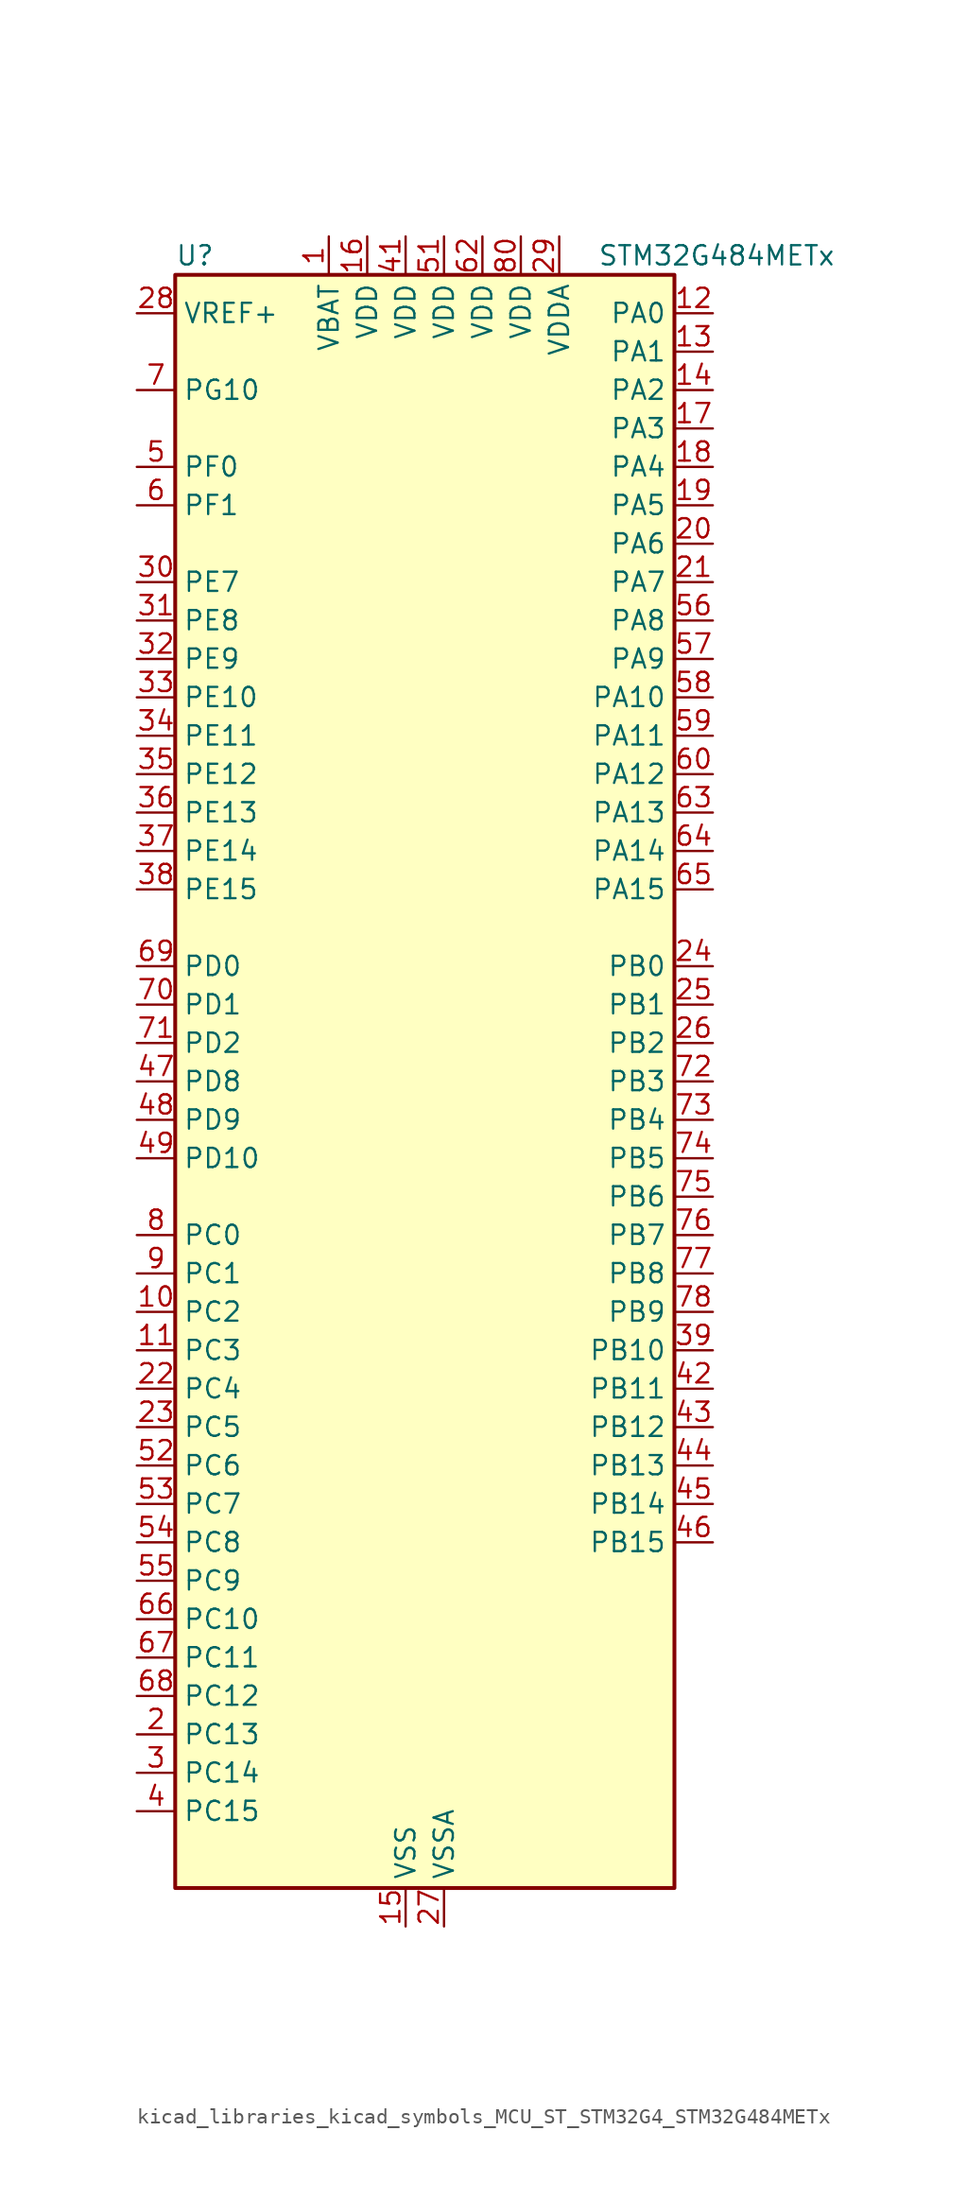
<source format=kicad_sym>
(kicad_symbol_lib
  (version 20220914)
  (generator kicad_symbol_editor)
  (symbol "kicad_libraries_kicad_symbols_MCU_ST_STM32G4_STM32G484METx"
    (property "Reference" "U"
      (at -15.24 54.61 0)
      (effects (font (size 1.27 1.27)) (justify left)))
    (property "Value" "STM32G484METx"
      (at 12.7 54.61 0)
      (effects (font (size 1.27 1.27)) (justify left)))
    (property "ki_locked" ""
      (at 0 0 0)
      (effects (font (size 1.27 1.27))))
    (symbol "kicad_libraries_kicad_symbols_MCU_ST_STM32G4_STM32G484METx_0_1"
      (rectangle (start -15.24 -53.34) (end 17.78 53.34) (stroke (width 0.254) (type default)) (fill (type background))))
    (symbol "kicad_libraries_kicad_symbols_MCU_ST_STM32G4_STM32G484METx_1_1"
      (pin power_in line (at -5.08 55.88 270) (length 2.54) (name "VBAT" (effects (font (size 1.27 1.27)))) (number "1" (effects (font (size 1.27 1.27)))))
      (pin bidirectional line (at -17.78 -15.24 0) (length 2.54) (name "PC2" (effects (font (size 1.27 1.27)))) (number "10" (effects (font (size 1.27 1.27)))) (alternate "ADC1_IN8" bidirectional line) (alternate "ADC2_IN8" bidirectional line) (alternate "ADC3_EXTI2" bidirectional line) (alternate "ADC4_EXTI2" bidirectional line) (alternate "ADC5_EXTI2" bidirectional line) (alternate "COMP3_OUT" bidirectional line) (alternate "LPTIM1_IN2" bidirectional line) (alternate "QUADSPI1_BK2_IO1" bidirectional line) (alternate "TIM1_CH3" bidirectional line) (alternate "TIM20_CH2" bidirectional line))
      (pin bidirectional line (at -17.78 -17.78 0) (length 2.54) (name "PC3" (effects (font (size 1.27 1.27)))) (number "11" (effects (font (size 1.27 1.27)))) (alternate "ADC1_IN9" bidirectional line) (alternate "ADC2_IN9" bidirectional line) (alternate "ADC3_EXTI3" bidirectional line) (alternate "ADC4_EXTI3" bidirectional line) (alternate "ADC5_EXTI3" bidirectional line) (alternate "LPTIM1_ETR" bidirectional line) (alternate "OPAMP5_VINP" bidirectional line) (alternate "OPAMP5_VINP_SEC" bidirectional line) (alternate "QUADSPI1_BK2_IO2" bidirectional line) (alternate "SAI1_D1" bidirectional line) (alternate "SAI1_SD_A" bidirectional line) (alternate "TIM1_BKIN2" bidirectional line) (alternate "TIM1_CH4" bidirectional line))
      (pin bidirectional line (at 20.32 50.8 180) (length 2.54) (name "PA0" (effects (font (size 1.27 1.27)))) (number "12" (effects (font (size 1.27 1.27)))) (alternate "ADC1_IN1" bidirectional line) (alternate "ADC2_IN1" bidirectional line) (alternate "COMP1_INM" bidirectional line) (alternate "COMP1_OUT" bidirectional line) (alternate "COMP3_INP" bidirectional line) (alternate "RTC_TAMP2" bidirectional line) (alternate "SYS_WKUP1" bidirectional line) (alternate "TIM2_CH1" bidirectional line) (alternate "TIM2_ETR" bidirectional line) (alternate "TIM5_CH1" bidirectional line) (alternate "TIM8_BKIN" bidirectional line) (alternate "TIM8_ETR" bidirectional line) (alternate "USART2_CTS" bidirectional line) (alternate "USART2_NSS" bidirectional line))
      (pin bidirectional line (at 20.32 48.26 180) (length 2.54) (name "PA1" (effects (font (size 1.27 1.27)))) (number "13" (effects (font (size 1.27 1.27)))) (alternate "ADC1_IN2" bidirectional line) (alternate "ADC2_IN2" bidirectional line) (alternate "COMP1_INP" bidirectional line) (alternate "OPAMP1_VINP" bidirectional line) (alternate "OPAMP1_VINP_SEC" bidirectional line) (alternate "OPAMP3_VINP" bidirectional line) (alternate "OPAMP3_VINP_SEC" bidirectional line) (alternate "OPAMP6_VINM" bidirectional line) (alternate "OPAMP6_VINM0" bidirectional line) (alternate "OPAMP6_VINM_SEC" bidirectional line) (alternate "RTC_REFIN" bidirectional line) (alternate "TIM15_CH1N" bidirectional line) (alternate "TIM2_CH2" bidirectional line) (alternate "TIM5_CH2" bidirectional line) (alternate "USART2_DE" bidirectional line) (alternate "USART2_RTS" bidirectional line))
      (pin bidirectional line (at 20.32 45.72 180) (length 2.54) (name "PA2" (effects (font (size 1.27 1.27)))) (number "14" (effects (font (size 1.27 1.27)))) (alternate "ADC1_IN3" bidirectional line) (alternate "ADC3_EXTI2" bidirectional line) (alternate "ADC4_EXTI2" bidirectional line) (alternate "ADC5_EXTI2" bidirectional line) (alternate "COMP2_INM" bidirectional line) (alternate "COMP2_OUT" bidirectional line) (alternate "LPUART1_TX" bidirectional line) (alternate "OPAMP1_VOUT" bidirectional line) (alternate "QUADSPI1_BK1_NCS" bidirectional line) (alternate "RCC_LSCO" bidirectional line) (alternate "SYS_WKUP4" bidirectional line) (alternate "TIM15_CH1" bidirectional line) (alternate "TIM2_CH3" bidirectional line) (alternate "TIM5_CH3" bidirectional line) (alternate "UCPD1_FRSTX1" bidirectional line) (alternate "UCPD1_FRSTX2" bidirectional line) (alternate "USART2_TX" bidirectional line))
      (pin power_in line (at 0 -55.88 90) (length 2.54) (name "VSS" (effects (font (size 1.27 1.27)))) (number "15" (effects (font (size 1.27 1.27)))))
      (pin power_in line (at -2.54 55.88 270) (length 2.54) (name "VDD" (effects (font (size 1.27 1.27)))) (number "16" (effects (font (size 1.27 1.27)))))
      (pin bidirectional line (at 20.32 43.18 180) (length 2.54) (name "PA3" (effects (font (size 1.27 1.27)))) (number "17" (effects (font (size 1.27 1.27)))) (alternate "ADC1_IN4" bidirectional line) (alternate "ADC3_EXTI3" bidirectional line) (alternate "ADC4_EXTI3" bidirectional line) (alternate "ADC5_EXTI3" bidirectional line) (alternate "COMP2_INP" bidirectional line) (alternate "LPUART1_RX" bidirectional line) (alternate "OPAMP1_VINM" bidirectional line) (alternate "OPAMP1_VINM0" bidirectional line) (alternate "OPAMP1_VINM_SEC" bidirectional line) (alternate "OPAMP1_VINP" bidirectional line) (alternate "OPAMP1_VINP_SEC" bidirectional line) (alternate "OPAMP5_VINM" bidirectional line) (alternate "OPAMP5_VINM1" bidirectional line) (alternate "OPAMP5_VINM_SEC" bidirectional line) (alternate "QUADSPI1_CLK" bidirectional line) (alternate "SAI1_CK1" bidirectional line) (alternate "SAI1_MCLK_A" bidirectional line) (alternate "TIM15_CH2" bidirectional line) (alternate "TIM2_CH4" bidirectional line) (alternate "TIM5_CH4" bidirectional line) (alternate "USART2_RX" bidirectional line))
      (pin bidirectional line (at 20.32 40.64 180) (length 2.54) (name "PA4" (effects (font (size 1.27 1.27)))) (number "18" (effects (font (size 1.27 1.27)))) (alternate "ADC2_IN17" bidirectional line) (alternate "COMP1_INM" bidirectional line) (alternate "DAC1_OUT1" bidirectional line) (alternate "I2S3_WS" bidirectional line) (alternate "SAI1_FS_B" bidirectional line) (alternate "SPI1_NSS" bidirectional line) (alternate "SPI3_NSS" bidirectional line) (alternate "TIM3_CH2" bidirectional line) (alternate "USART2_CK" bidirectional line))
      (pin bidirectional line (at 20.32 38.1 180) (length 2.54) (name "PA5" (effects (font (size 1.27 1.27)))) (number "19" (effects (font (size 1.27 1.27)))) (alternate "ADC2_IN13" bidirectional line) (alternate "COMP2_INM" bidirectional line) (alternate "DAC1_OUT2" bidirectional line) (alternate "OPAMP2_VINM" bidirectional line) (alternate "OPAMP2_VINM0" bidirectional line) (alternate "OPAMP2_VINM_SEC" bidirectional line) (alternate "SPI1_SCK" bidirectional line) (alternate "TIM2_CH1" bidirectional line) (alternate "TIM2_ETR" bidirectional line) (alternate "UCPD1_FRSTX1" bidirectional line) (alternate "UCPD1_FRSTX2" bidirectional line))
      (pin bidirectional line (at -17.78 -43.18 0) (length 2.54) (name "PC13" (effects (font (size 1.27 1.27)))) (number "2" (effects (font (size 1.27 1.27)))) (alternate "RTC_OUT1" bidirectional line) (alternate "RTC_TAMP1" bidirectional line) (alternate "RTC_TS" bidirectional line) (alternate "SYS_WKUP2" bidirectional line) (alternate "TIM1_BKIN" bidirectional line) (alternate "TIM1_CH1N" bidirectional line) (alternate "TIM8_CH4N" bidirectional line))
      (pin bidirectional line (at 20.32 35.56 180) (length 2.54) (name "PA6" (effects (font (size 1.27 1.27)))) (number "20" (effects (font (size 1.27 1.27)))) (alternate "ADC2_IN3" bidirectional line) (alternate "COMP1_OUT" bidirectional line) (alternate "DAC2_OUT1" bidirectional line) (alternate "LPUART1_CTS" bidirectional line) (alternate "OPAMP2_VOUT" bidirectional line) (alternate "QUADSPI1_BK1_IO3" bidirectional line) (alternate "SPI1_MISO" bidirectional line) (alternate "TIM16_CH1" bidirectional line) (alternate "TIM1_BKIN" bidirectional line) (alternate "TIM3_CH1" bidirectional line) (alternate "TIM8_BKIN" bidirectional line))
      (pin bidirectional line (at 20.32 33.02 180) (length 2.54) (name "PA7" (effects (font (size 1.27 1.27)))) (number "21" (effects (font (size 1.27 1.27)))) (alternate "ADC2_IN4" bidirectional line) (alternate "COMP2_INP" bidirectional line) (alternate "COMP2_OUT" bidirectional line) (alternate "OPAMP1_VINP" bidirectional line) (alternate "OPAMP1_VINP_SEC" bidirectional line) (alternate "OPAMP2_VINP" bidirectional line) (alternate "OPAMP2_VINP_SEC" bidirectional line) (alternate "QUADSPI1_BK1_IO2" bidirectional line) (alternate "SPI1_MOSI" bidirectional line) (alternate "TIM17_CH1" bidirectional line) (alternate "TIM1_CH1N" bidirectional line) (alternate "TIM3_CH2" bidirectional line) (alternate "TIM8_CH1N" bidirectional line) (alternate "UCPD1_FRSTX1" bidirectional line) (alternate "UCPD1_FRSTX2" bidirectional line))
      (pin bidirectional line (at -17.78 -20.32 0) (length 2.54) (name "PC4" (effects (font (size 1.27 1.27)))) (number "22" (effects (font (size 1.27 1.27)))) (alternate "ADC2_IN5" bidirectional line) (alternate "I2C2_SCL" bidirectional line) (alternate "QUADSPI1_BK2_IO3" bidirectional line) (alternate "TIM1_ETR" bidirectional line) (alternate "USART1_TX" bidirectional line))
      (pin bidirectional line (at -17.78 -22.86 0) (length 2.54) (name "PC5" (effects (font (size 1.27 1.27)))) (number "23" (effects (font (size 1.27 1.27)))) (alternate "ADC2_IN11" bidirectional line) (alternate "HRTIM1_EEV10" bidirectional line) (alternate "OPAMP1_VINM" bidirectional line) (alternate "OPAMP1_VINM1" bidirectional line) (alternate "OPAMP1_VINM_SEC" bidirectional line) (alternate "OPAMP2_VINM" bidirectional line) (alternate "OPAMP2_VINM1" bidirectional line) (alternate "OPAMP2_VINM_SEC" bidirectional line) (alternate "SAI1_D3" bidirectional line) (alternate "SYS_WKUP5" bidirectional line) (alternate "TIM15_BKIN" bidirectional line) (alternate "TIM1_CH4N" bidirectional line) (alternate "USART1_RX" bidirectional line))
      (pin bidirectional line (at 20.32 7.62 180) (length 2.54) (name "PB0" (effects (font (size 1.27 1.27)))) (number "24" (effects (font (size 1.27 1.27)))) (alternate "ADC1_IN15" bidirectional line) (alternate "ADC3_IN12" bidirectional line) (alternate "COMP4_INP" bidirectional line) (alternate "HRTIM1_FLT5" bidirectional line) (alternate "OPAMP2_VINP" bidirectional line) (alternate "OPAMP2_VINP_SEC" bidirectional line) (alternate "OPAMP3_VINP" bidirectional line) (alternate "OPAMP3_VINP_SEC" bidirectional line) (alternate "QUADSPI1_BK1_IO1" bidirectional line) (alternate "TIM1_CH2N" bidirectional line) (alternate "TIM3_CH3" bidirectional line) (alternate "TIM8_CH2N" bidirectional line) (alternate "UCPD1_FRSTX1" bidirectional line) (alternate "UCPD1_FRSTX2" bidirectional line))
      (pin bidirectional line (at 20.32 5.08 180) (length 2.54) (name "PB1" (effects (font (size 1.27 1.27)))) (number "25" (effects (font (size 1.27 1.27)))) (alternate "ADC1_IN12" bidirectional line) (alternate "ADC3_IN1" bidirectional line) (alternate "COMP1_INP" bidirectional line) (alternate "COMP4_OUT" bidirectional line) (alternate "HRTIM1_SCOUT" bidirectional line) (alternate "LPUART1_DE" bidirectional line) (alternate "LPUART1_RTS" bidirectional line) (alternate "OPAMP3_VOUT" bidirectional line) (alternate "OPAMP6_VINM" bidirectional line) (alternate "OPAMP6_VINM1" bidirectional line) (alternate "OPAMP6_VINM_SEC" bidirectional line) (alternate "QUADSPI1_BK1_IO0" bidirectional line) (alternate "TIM1_CH3N" bidirectional line) (alternate "TIM3_CH4" bidirectional line) (alternate "TIM8_CH3N" bidirectional line))
      (pin bidirectional line (at 20.32 2.54 180) (length 2.54) (name "PB2" (effects (font (size 1.27 1.27)))) (number "26" (effects (font (size 1.27 1.27)))) (alternate "ADC2_IN12" bidirectional line) (alternate "ADC3_EXTI2" bidirectional line) (alternate "ADC4_EXTI2" bidirectional line) (alternate "ADC5_EXTI2" bidirectional line) (alternate "COMP4_INM" bidirectional line) (alternate "HRTIM1_SCIN" bidirectional line) (alternate "I2C3_SMBA" bidirectional line) (alternate "LPTIM1_OUT" bidirectional line) (alternate "OPAMP3_VINM" bidirectional line) (alternate "OPAMP3_VINM0" bidirectional line) (alternate "OPAMP3_VINM_SEC" bidirectional line) (alternate "QUADSPI1_BK2_IO1" bidirectional line) (alternate "RTC_OUT2" bidirectional line) (alternate "TIM20_CH1" bidirectional line) (alternate "TIM5_CH1" bidirectional line))
      (pin power_in line (at 2.54 -55.88 90) (length 2.54) (name "VSSA" (effects (font (size 1.27 1.27)))) (number "27" (effects (font (size 1.27 1.27)))))
      (pin input line (at -17.78 50.8 0) (length 2.54) (name "VREF+" (effects (font (size 1.27 1.27)))) (number "28" (effects (font (size 1.27 1.27)))) (alternate "VREFBUF_OUT" bidirectional line))
      (pin power_in line (at 10.16 55.88 270) (length 2.54) (name "VDDA" (effects (font (size 1.27 1.27)))) (number "29" (effects (font (size 1.27 1.27)))))
      (pin bidirectional line (at -17.78 -45.72 0) (length 2.54) (name "PC14" (effects (font (size 1.27 1.27)))) (number "3" (effects (font (size 1.27 1.27)))) (alternate "RCC_OSC32_IN" bidirectional line))
      (pin bidirectional line (at -17.78 33.02 0) (length 2.54) (name "PE7" (effects (font (size 1.27 1.27)))) (number "30" (effects (font (size 1.27 1.27)))) (alternate "ADC3_IN4" bidirectional line) (alternate "COMP4_INP" bidirectional line) (alternate "SAI1_SD_B" bidirectional line) (alternate "TIM1_ETR" bidirectional line))
      (pin bidirectional line (at -17.78 30.48 0) (length 2.54) (name "PE8" (effects (font (size 1.27 1.27)))) (number "31" (effects (font (size 1.27 1.27)))) (alternate "ADC3_IN6" bidirectional line) (alternate "ADC4_IN6" bidirectional line) (alternate "ADC5_IN6" bidirectional line) (alternate "COMP4_INM" bidirectional line) (alternate "SAI1_SCK_B" bidirectional line) (alternate "TIM1_CH1N" bidirectional line) (alternate "TIM5_CH3" bidirectional line))
      (pin bidirectional line (at -17.78 27.94 0) (length 2.54) (name "PE9" (effects (font (size 1.27 1.27)))) (number "32" (effects (font (size 1.27 1.27)))) (alternate "ADC3_IN2" bidirectional line) (alternate "DAC1_EXTI9" bidirectional line) (alternate "DAC2_EXTI9" bidirectional line) (alternate "DAC3_EXTI9" bidirectional line) (alternate "DAC4_EXTI9" bidirectional line) (alternate "SAI1_FS_B" bidirectional line) (alternate "TIM1_CH1" bidirectional line) (alternate "TIM5_CH4" bidirectional line))
      (pin bidirectional line (at -17.78 25.4 0) (length 2.54) (name "PE10" (effects (font (size 1.27 1.27)))) (number "33" (effects (font (size 1.27 1.27)))) (alternate "ADC3_IN14" bidirectional line) (alternate "ADC4_IN14" bidirectional line) (alternate "ADC5_IN14" bidirectional line) (alternate "DAC1_EXTI10" bidirectional line) (alternate "DAC2_EXTI10" bidirectional line) (alternate "DAC3_EXTI10" bidirectional line) (alternate "DAC4_EXTI10" bidirectional line) (alternate "QUADSPI1_CLK" bidirectional line) (alternate "SAI1_MCLK_B" bidirectional line) (alternate "TIM1_CH2N" bidirectional line))
      (pin bidirectional line (at -17.78 22.86 0) (length 2.54) (name "PE11" (effects (font (size 1.27 1.27)))) (number "34" (effects (font (size 1.27 1.27)))) (alternate "ADC1_EXTI11" bidirectional line) (alternate "ADC2_EXTI11" bidirectional line) (alternate "ADC3_IN15" bidirectional line) (alternate "ADC4_IN15" bidirectional line) (alternate "ADC5_IN15" bidirectional line) (alternate "QUADSPI1_BK1_NCS" bidirectional line) (alternate "SPI4_NSS" bidirectional line) (alternate "TIM1_CH2" bidirectional line))
      (pin bidirectional line (at -17.78 20.32 0) (length 2.54) (name "PE12" (effects (font (size 1.27 1.27)))) (number "35" (effects (font (size 1.27 1.27)))) (alternate "ADC3_IN16" bidirectional line) (alternate "ADC4_IN16" bidirectional line) (alternate "ADC5_IN16" bidirectional line) (alternate "QUADSPI1_BK1_IO0" bidirectional line) (alternate "SPI4_SCK" bidirectional line) (alternate "TIM1_CH3N" bidirectional line))
      (pin bidirectional line (at -17.78 17.78 0) (length 2.54) (name "PE13" (effects (font (size 1.27 1.27)))) (number "36" (effects (font (size 1.27 1.27)))) (alternate "ADC3_IN3" bidirectional line) (alternate "QUADSPI1_BK1_IO1" bidirectional line) (alternate "SPI4_MISO" bidirectional line) (alternate "TIM1_CH3" bidirectional line))
      (pin bidirectional line (at -17.78 15.24 0) (length 2.54) (name "PE14" (effects (font (size 1.27 1.27)))) (number "37" (effects (font (size 1.27 1.27)))) (alternate "ADC4_IN1" bidirectional line) (alternate "QUADSPI1_BK1_IO2" bidirectional line) (alternate "SPI4_MOSI" bidirectional line) (alternate "TIM1_BKIN2" bidirectional line) (alternate "TIM1_CH4" bidirectional line))
      (pin bidirectional line (at -17.78 12.7 0) (length 2.54) (name "PE15" (effects (font (size 1.27 1.27)))) (number "38" (effects (font (size 1.27 1.27)))) (alternate "ADC1_EXTI15" bidirectional line) (alternate "ADC2_EXTI15" bidirectional line) (alternate "ADC4_IN2" bidirectional line) (alternate "QUADSPI1_BK1_IO3" bidirectional line) (alternate "TIM1_BKIN" bidirectional line) (alternate "TIM1_CH4N" bidirectional line) (alternate "USART3_RX" bidirectional line))
      (pin bidirectional line (at 20.32 -17.78 180) (length 2.54) (name "PB10" (effects (font (size 1.27 1.27)))) (number "39" (effects (font (size 1.27 1.27)))) (alternate "COMP5_INM" bidirectional line) (alternate "DAC1_EXTI10" bidirectional line) (alternate "DAC2_EXTI10" bidirectional line) (alternate "DAC3_EXTI10" bidirectional line) (alternate "DAC4_EXTI10" bidirectional line) (alternate "HRTIM1_FLT3" bidirectional line) (alternate "LPUART1_RX" bidirectional line) (alternate "OPAMP3_VINM" bidirectional line) (alternate "OPAMP3_VINM1" bidirectional line) (alternate "OPAMP3_VINM_SEC" bidirectional line) (alternate "OPAMP4_VINM" bidirectional line) (alternate "OPAMP4_VINM0" bidirectional line) (alternate "OPAMP4_VINM_SEC" bidirectional line) (alternate "QUADSPI1_CLK" bidirectional line) (alternate "SAI1_SCK_A" bidirectional line) (alternate "TIM1_BKIN" bidirectional line) (alternate "TIM2_CH3" bidirectional line) (alternate "USART3_TX" bidirectional line))
      (pin bidirectional line (at -17.78 -48.26 0) (length 2.54) (name "PC15" (effects (font (size 1.27 1.27)))) (number "4" (effects (font (size 1.27 1.27)))) (alternate "ADC1_EXTI15" bidirectional line) (alternate "ADC2_EXTI15" bidirectional line) (alternate "RCC_OSC32_OUT" bidirectional line))
      (pin passive line (at 0 -55.88 90) (length 2.54) hide (name "VSS" (effects (font (size 1.27 1.27)))) (number "40" (effects (font (size 1.27 1.27)))))
      (pin power_in line (at 0 55.88 270) (length 2.54) (name "VDD" (effects (font (size 1.27 1.27)))) (number "41" (effects (font (size 1.27 1.27)))))
      (pin bidirectional line (at 20.32 -20.32 180) (length 2.54) (name "PB11" (effects (font (size 1.27 1.27)))) (number "42" (effects (font (size 1.27 1.27)))) (alternate "ADC1_EXTI11" bidirectional line) (alternate "ADC1_IN14" bidirectional line) (alternate "ADC2_EXTI11" bidirectional line) (alternate "ADC2_IN14" bidirectional line) (alternate "COMP6_INP" bidirectional line) (alternate "HRTIM1_FLT4" bidirectional line) (alternate "LPUART1_TX" bidirectional line) (alternate "OPAMP4_VINP" bidirectional line) (alternate "OPAMP4_VINP_SEC" bidirectional line) (alternate "OPAMP6_VOUT" bidirectional line) (alternate "QUADSPI1_BK1_NCS" bidirectional line) (alternate "TIM2_CH4" bidirectional line) (alternate "USART3_RX" bidirectional line))
      (pin bidirectional line (at 20.32 -22.86 180) (length 2.54) (name "PB12" (effects (font (size 1.27 1.27)))) (number "43" (effects (font (size 1.27 1.27)))) (alternate "ADC1_IN11" bidirectional line) (alternate "ADC4_IN3" bidirectional line) (alternate "COMP7_INM" bidirectional line) (alternate "FDCAN2_RX" bidirectional line) (alternate "HRTIM1_CHC1" bidirectional line) (alternate "I2C2_SMBA" bidirectional line) (alternate "I2S2_WS" bidirectional line) (alternate "LPUART1_DE" bidirectional line) (alternate "LPUART1_RTS" bidirectional line) (alternate "OPAMP4_VOUT" bidirectional line) (alternate "OPAMP6_VINP" bidirectional line) (alternate "OPAMP6_VINP_SEC" bidirectional line) (alternate "SPI2_NSS" bidirectional line) (alternate "TIM1_BKIN" bidirectional line) (alternate "TIM5_ETR" bidirectional line) (alternate "USART3_CK" bidirectional line))
      (pin bidirectional line (at 20.32 -25.4 180) (length 2.54) (name "PB13" (effects (font (size 1.27 1.27)))) (number "44" (effects (font (size 1.27 1.27)))) (alternate "ADC3_IN5" bidirectional line) (alternate "COMP5_INP" bidirectional line) (alternate "FDCAN2_TX" bidirectional line) (alternate "HRTIM1_CHC2" bidirectional line) (alternate "I2S2_CK" bidirectional line) (alternate "LPUART1_CTS" bidirectional line) (alternate "OPAMP3_VINP" bidirectional line) (alternate "OPAMP3_VINP_SEC" bidirectional line) (alternate "OPAMP4_VINP" bidirectional line) (alternate "OPAMP4_VINP_SEC" bidirectional line) (alternate "OPAMP6_VINP" bidirectional line) (alternate "OPAMP6_VINP_SEC" bidirectional line) (alternate "SPI2_SCK" bidirectional line) (alternate "TIM1_CH1N" bidirectional line) (alternate "USART3_CTS" bidirectional line) (alternate "USART3_NSS" bidirectional line))
      (pin bidirectional line (at 20.32 -27.94 180) (length 2.54) (name "PB14" (effects (font (size 1.27 1.27)))) (number "45" (effects (font (size 1.27 1.27)))) (alternate "ADC1_IN5" bidirectional line) (alternate "ADC4_IN4" bidirectional line) (alternate "COMP4_OUT" bidirectional line) (alternate "COMP7_INP" bidirectional line) (alternate "HRTIM1_CHD1" bidirectional line) (alternate "OPAMP2_VINP" bidirectional line) (alternate "OPAMP2_VINP_SEC" bidirectional line) (alternate "OPAMP5_VINP" bidirectional line) (alternate "OPAMP5_VINP_SEC" bidirectional line) (alternate "SPI2_MISO" bidirectional line) (alternate "TIM15_CH1" bidirectional line) (alternate "TIM1_CH2N" bidirectional line) (alternate "USART3_DE" bidirectional line) (alternate "USART3_RTS" bidirectional line))
      (pin bidirectional line (at 20.32 -30.48 180) (length 2.54) (name "PB15" (effects (font (size 1.27 1.27)))) (number "46" (effects (font (size 1.27 1.27)))) (alternate "ADC1_EXTI15" bidirectional line) (alternate "ADC2_EXTI15" bidirectional line) (alternate "ADC2_IN15" bidirectional line) (alternate "ADC4_IN5" bidirectional line) (alternate "COMP3_OUT" bidirectional line) (alternate "COMP6_INM" bidirectional line) (alternate "HRTIM1_CHD2" bidirectional line) (alternate "I2S2_SD" bidirectional line) (alternate "OPAMP5_VINM" bidirectional line) (alternate "OPAMP5_VINM0" bidirectional line) (alternate "OPAMP5_VINM_SEC" bidirectional line) (alternate "RTC_REFIN" bidirectional line) (alternate "SPI2_MOSI" bidirectional line) (alternate "TIM15_CH1N" bidirectional line) (alternate "TIM15_CH2" bidirectional line) (alternate "TIM1_CH3N" bidirectional line))
      (pin bidirectional line (at -17.78 0 0) (length 2.54) (name "PD8" (effects (font (size 1.27 1.27)))) (number "47" (effects (font (size 1.27 1.27)))) (alternate "ADC4_IN12" bidirectional line) (alternate "ADC5_IN12" bidirectional line) (alternate "OPAMP4_VINM" bidirectional line) (alternate "OPAMP4_VINM1" bidirectional line) (alternate "OPAMP4_VINM_SEC" bidirectional line) (alternate "USART3_TX" bidirectional line))
      (pin bidirectional line (at -17.78 -2.54 0) (length 2.54) (name "PD9" (effects (font (size 1.27 1.27)))) (number "48" (effects (font (size 1.27 1.27)))) (alternate "ADC4_IN13" bidirectional line) (alternate "ADC5_IN13" bidirectional line) (alternate "DAC1_EXTI9" bidirectional line) (alternate "DAC2_EXTI9" bidirectional line) (alternate "DAC3_EXTI9" bidirectional line) (alternate "DAC4_EXTI9" bidirectional line) (alternate "OPAMP6_VINP" bidirectional line) (alternate "OPAMP6_VINP_SEC" bidirectional line) (alternate "USART3_RX" bidirectional line))
      (pin bidirectional line (at -17.78 -5.08 0) (length 2.54) (name "PD10" (effects (font (size 1.27 1.27)))) (number "49" (effects (font (size 1.27 1.27)))) (alternate "ADC3_IN7" bidirectional line) (alternate "ADC4_IN7" bidirectional line) (alternate "ADC5_IN7" bidirectional line) (alternate "COMP6_INM" bidirectional line) (alternate "DAC1_EXTI10" bidirectional line) (alternate "DAC2_EXTI10" bidirectional line) (alternate "DAC3_EXTI10" bidirectional line) (alternate "DAC4_EXTI10" bidirectional line) (alternate "USART3_CK" bidirectional line))
      (pin bidirectional line (at -17.78 40.64 0) (length 2.54) (name "PF0" (effects (font (size 1.27 1.27)))) (number "5" (effects (font (size 1.27 1.27)))) (alternate "ADC1_IN10" bidirectional line) (alternate "I2C2_SDA" bidirectional line) (alternate "I2S2_WS" bidirectional line) (alternate "RCC_OSC_IN" bidirectional line) (alternate "SPI2_NSS" bidirectional line) (alternate "TIM1_CH3N" bidirectional line))
      (pin passive line (at 0 -55.88 90) (length 2.54) hide (name "VSS" (effects (font (size 1.27 1.27)))) (number "50" (effects (font (size 1.27 1.27)))))
      (pin power_in line (at 2.54 55.88 270) (length 2.54) (name "VDD" (effects (font (size 1.27 1.27)))) (number "51" (effects (font (size 1.27 1.27)))))
      (pin bidirectional line (at -17.78 -25.4 0) (length 2.54) (name "PC6" (effects (font (size 1.27 1.27)))) (number "52" (effects (font (size 1.27 1.27)))) (alternate "COMP6_OUT" bidirectional line) (alternate "HRTIM1_CHF1" bidirectional line) (alternate "HRTIM1_EEV10" bidirectional line) (alternate "I2C4_SCL" bidirectional line) (alternate "I2S2_MCK" bidirectional line) (alternate "TIM3_CH1" bidirectional line) (alternate "TIM8_CH1" bidirectional line))
      (pin bidirectional line (at -17.78 -27.94 0) (length 2.54) (name "PC7" (effects (font (size 1.27 1.27)))) (number "53" (effects (font (size 1.27 1.27)))) (alternate "COMP5_OUT" bidirectional line) (alternate "HRTIM1_CHF2" bidirectional line) (alternate "HRTIM1_FLT5" bidirectional line) (alternate "I2C4_SDA" bidirectional line) (alternate "I2S3_MCK" bidirectional line) (alternate "TIM3_CH2" bidirectional line) (alternate "TIM8_CH2" bidirectional line))
      (pin bidirectional line (at -17.78 -30.48 0) (length 2.54) (name "PC8" (effects (font (size 1.27 1.27)))) (number "54" (effects (font (size 1.27 1.27)))) (alternate "COMP7_OUT" bidirectional line) (alternate "HRTIM1_CHE1" bidirectional line) (alternate "I2C3_SCL" bidirectional line) (alternate "TIM20_CH3" bidirectional line) (alternate "TIM3_CH3" bidirectional line) (alternate "TIM8_CH3" bidirectional line))
      (pin bidirectional line (at -17.78 -33.02 0) (length 2.54) (name "PC9" (effects (font (size 1.27 1.27)))) (number "55" (effects (font (size 1.27 1.27)))) (alternate "DAC1_EXTI9" bidirectional line) (alternate "DAC2_EXTI9" bidirectional line) (alternate "DAC3_EXTI9" bidirectional line) (alternate "DAC4_EXTI9" bidirectional line) (alternate "HRTIM1_CHE2" bidirectional line) (alternate "I2C3_SDA" bidirectional line) (alternate "I2S_CKIN" bidirectional line) (alternate "TIM3_CH4" bidirectional line) (alternate "TIM8_BKIN2" bidirectional line) (alternate "TIM8_CH4" bidirectional line))
      (pin bidirectional line (at 20.32 30.48 180) (length 2.54) (name "PA8" (effects (font (size 1.27 1.27)))) (number "56" (effects (font (size 1.27 1.27)))) (alternate "ADC5_IN1" bidirectional line) (alternate "COMP7_OUT" bidirectional line) (alternate "FDCAN3_RX" bidirectional line) (alternate "HRTIM1_CHA1" bidirectional line) (alternate "I2C2_SDA" bidirectional line) (alternate "I2C3_SCL" bidirectional line) (alternate "I2S2_MCK" bidirectional line) (alternate "OPAMP5_VOUT" bidirectional line) (alternate "RCC_MCO" bidirectional line) (alternate "SAI1_CK2" bidirectional line) (alternate "SAI1_SCK_A" bidirectional line) (alternate "TIM1_CH1" bidirectional line) (alternate "TIM4_ETR" bidirectional line) (alternate "USART1_CK" bidirectional line))
      (pin bidirectional line (at 20.32 27.94 180) (length 2.54) (name "PA9" (effects (font (size 1.27 1.27)))) (number "57" (effects (font (size 1.27 1.27)))) (alternate "ADC5_IN2" bidirectional line) (alternate "COMP5_OUT" bidirectional line) (alternate "DAC1_EXTI9" bidirectional line) (alternate "DAC2_EXTI9" bidirectional line) (alternate "DAC3_EXTI9" bidirectional line) (alternate "DAC4_EXTI9" bidirectional line) (alternate "HRTIM1_CHA2" bidirectional line) (alternate "I2C2_SCL" bidirectional line) (alternate "I2C3_SMBA" bidirectional line) (alternate "I2S3_MCK" bidirectional line) (alternate "SAI1_FS_A" bidirectional line) (alternate "TIM15_BKIN" bidirectional line) (alternate "TIM1_CH2" bidirectional line) (alternate "TIM2_CH3" bidirectional line) (alternate "UCPD1_DBCC1" bidirectional line) (alternate "USART1_TX" bidirectional line))
      (pin bidirectional line (at 20.32 25.4 180) (length 2.54) (name "PA10" (effects (font (size 1.27 1.27)))) (number "58" (effects (font (size 1.27 1.27)))) (alternate "COMP6_OUT" bidirectional line) (alternate "CRS_SYNC" bidirectional line) (alternate "DAC1_EXTI10" bidirectional line) (alternate "DAC2_EXTI10" bidirectional line) (alternate "DAC3_EXTI10" bidirectional line) (alternate "DAC4_EXTI10" bidirectional line) (alternate "HRTIM1_CHB1" bidirectional line) (alternate "I2C2_SMBA" bidirectional line) (alternate "SAI1_D1" bidirectional line) (alternate "SAI1_SD_A" bidirectional line) (alternate "SPI2_MISO" bidirectional line) (alternate "TIM17_BKIN" bidirectional line) (alternate "TIM1_CH3" bidirectional line) (alternate "TIM2_CH4" bidirectional line) (alternate "TIM8_BKIN" bidirectional line) (alternate "UCPD1_DBCC2" bidirectional line) (alternate "USART1_RX" bidirectional line))
      (pin bidirectional line (at 20.32 22.86 180) (length 2.54) (name "PA11" (effects (font (size 1.27 1.27)))) (number "59" (effects (font (size 1.27 1.27)))) (alternate "ADC1_EXTI11" bidirectional line) (alternate "ADC2_EXTI11" bidirectional line) (alternate "COMP1_OUT" bidirectional line) (alternate "FDCAN1_RX" bidirectional line) (alternate "HRTIM1_CHB2" bidirectional line) (alternate "I2S2_SD" bidirectional line) (alternate "SPI2_MOSI" bidirectional line) (alternate "TIM1_BKIN2" bidirectional line) (alternate "TIM1_CH1N" bidirectional line) (alternate "TIM1_CH4" bidirectional line) (alternate "TIM4_CH1" bidirectional line) (alternate "USART1_CTS" bidirectional line) (alternate "USART1_NSS" bidirectional line) (alternate "USB_DM" bidirectional line))
      (pin bidirectional line (at -17.78 38.1 0) (length 2.54) (name "PF1" (effects (font (size 1.27 1.27)))) (number "6" (effects (font (size 1.27 1.27)))) (alternate "ADC2_IN10" bidirectional line) (alternate "COMP3_INM" bidirectional line) (alternate "I2S2_CK" bidirectional line) (alternate "RCC_OSC_OUT" bidirectional line) (alternate "SPI2_SCK" bidirectional line))
      (pin bidirectional line (at 20.32 20.32 180) (length 2.54) (name "PA12" (effects (font (size 1.27 1.27)))) (number "60" (effects (font (size 1.27 1.27)))) (alternate "COMP2_OUT" bidirectional line) (alternate "FDCAN1_TX" bidirectional line) (alternate "HRTIM1_FLT1" bidirectional line) (alternate "I2S_CKIN" bidirectional line) (alternate "TIM16_CH1" bidirectional line) (alternate "TIM1_CH2N" bidirectional line) (alternate "TIM1_ETR" bidirectional line) (alternate "TIM4_CH2" bidirectional line) (alternate "USART1_DE" bidirectional line) (alternate "USART1_RTS" bidirectional line) (alternate "USB_DP" bidirectional line))
      (pin passive line (at 0 -55.88 90) (length 2.54) hide (name "VSS" (effects (font (size 1.27 1.27)))) (number "61" (effects (font (size 1.27 1.27)))))
      (pin power_in line (at 5.08 55.88 270) (length 2.54) (name "VDD" (effects (font (size 1.27 1.27)))) (number "62" (effects (font (size 1.27 1.27)))))
      (pin bidirectional line (at 20.32 17.78 180) (length 2.54) (name "PA13" (effects (font (size 1.27 1.27)))) (number "63" (effects (font (size 1.27 1.27)))) (alternate "I2C1_SCL" bidirectional line) (alternate "I2C4_SCL" bidirectional line) (alternate "IR_OUT" bidirectional line) (alternate "SAI1_SD_B" bidirectional line) (alternate "SYS_JTMS-SWDIO" bidirectional line) (alternate "TIM16_CH1N" bidirectional line) (alternate "TIM4_CH3" bidirectional line) (alternate "USART3_CTS" bidirectional line) (alternate "USART3_NSS" bidirectional line))
      (pin bidirectional line (at 20.32 15.24 180) (length 2.54) (name "PA14" (effects (font (size 1.27 1.27)))) (number "64" (effects (font (size 1.27 1.27)))) (alternate "I2C1_SDA" bidirectional line) (alternate "I2C4_SMBA" bidirectional line) (alternate "LPTIM1_OUT" bidirectional line) (alternate "SAI1_FS_B" bidirectional line) (alternate "SYS_JTCK-SWCLK" bidirectional line) (alternate "TIM1_BKIN" bidirectional line) (alternate "TIM8_CH2" bidirectional line) (alternate "USART2_TX" bidirectional line))
      (pin bidirectional line (at 20.32 12.7 180) (length 2.54) (name "PA15" (effects (font (size 1.27 1.27)))) (number "65" (effects (font (size 1.27 1.27)))) (alternate "ADC1_EXTI15" bidirectional line) (alternate "ADC2_EXTI15" bidirectional line) (alternate "FDCAN3_TX" bidirectional line) (alternate "HRTIM1_FLT2" bidirectional line) (alternate "I2C1_SCL" bidirectional line) (alternate "I2S3_WS" bidirectional line) (alternate "SPI1_NSS" bidirectional line) (alternate "SPI3_NSS" bidirectional line) (alternate "SYS_JTDI" bidirectional line) (alternate "TIM1_BKIN" bidirectional line) (alternate "TIM2_CH1" bidirectional line) (alternate "TIM2_ETR" bidirectional line) (alternate "TIM8_CH1" bidirectional line) (alternate "UART4_DE" bidirectional line) (alternate "UART4_RTS" bidirectional line) (alternate "USART2_RX" bidirectional line))
      (pin bidirectional line (at -17.78 -35.56 0) (length 2.54) (name "PC10" (effects (font (size 1.27 1.27)))) (number "66" (effects (font (size 1.27 1.27)))) (alternate "DAC1_EXTI10" bidirectional line) (alternate "DAC2_EXTI10" bidirectional line) (alternate "DAC3_EXTI10" bidirectional line) (alternate "DAC4_EXTI10" bidirectional line) (alternate "HRTIM1_FLT6" bidirectional line) (alternate "I2S3_CK" bidirectional line) (alternate "SPI3_SCK" bidirectional line) (alternate "TIM8_CH1N" bidirectional line) (alternate "UART4_TX" bidirectional line) (alternate "USART3_TX" bidirectional line))
      (pin bidirectional line (at -17.78 -38.1 0) (length 2.54) (name "PC11" (effects (font (size 1.27 1.27)))) (number "67" (effects (font (size 1.27 1.27)))) (alternate "ADC1_EXTI11" bidirectional line) (alternate "ADC2_EXTI11" bidirectional line) (alternate "HRTIM1_EEV2" bidirectional line) (alternate "I2C3_SDA" bidirectional line) (alternate "SPI3_MISO" bidirectional line) (alternate "TIM8_CH2N" bidirectional line) (alternate "UART4_RX" bidirectional line) (alternate "USART3_RX" bidirectional line))
      (pin bidirectional line (at -17.78 -40.64 0) (length 2.54) (name "PC12" (effects (font (size 1.27 1.27)))) (number "68" (effects (font (size 1.27 1.27)))) (alternate "HRTIM1_EEV1" bidirectional line) (alternate "I2S3_SD" bidirectional line) (alternate "SPI3_MOSI" bidirectional line) (alternate "TIM5_CH2" bidirectional line) (alternate "TIM8_CH3N" bidirectional line) (alternate "UART5_TX" bidirectional line) (alternate "UCPD1_FRSTX1" bidirectional line) (alternate "UCPD1_FRSTX2" bidirectional line) (alternate "USART3_CK" bidirectional line))
      (pin bidirectional line (at -17.78 7.62 0) (length 2.54) (name "PD0" (effects (font (size 1.27 1.27)))) (number "69" (effects (font (size 1.27 1.27)))) (alternate "FDCAN1_RX" bidirectional line) (alternate "TIM8_CH4N" bidirectional line))
      (pin bidirectional line (at -17.78 45.72 0) (length 2.54) (name "PG10" (effects (font (size 1.27 1.27)))) (number "7" (effects (font (size 1.27 1.27)))) (alternate "DAC1_EXTI10" bidirectional line) (alternate "DAC2_EXTI10" bidirectional line) (alternate "DAC3_EXTI10" bidirectional line) (alternate "DAC4_EXTI10" bidirectional line) (alternate "RCC_MCO" bidirectional line))
      (pin bidirectional line (at -17.78 5.08 0) (length 2.54) (name "PD1" (effects (font (size 1.27 1.27)))) (number "70" (effects (font (size 1.27 1.27)))) (alternate "FDCAN1_TX" bidirectional line) (alternate "TIM8_BKIN2" bidirectional line) (alternate "TIM8_CH4" bidirectional line))
      (pin bidirectional line (at -17.78 2.54 0) (length 2.54) (name "PD2" (effects (font (size 1.27 1.27)))) (number "71" (effects (font (size 1.27 1.27)))) (alternate "ADC3_EXTI2" bidirectional line) (alternate "ADC4_EXTI2" bidirectional line) (alternate "ADC5_EXTI2" bidirectional line) (alternate "TIM3_ETR" bidirectional line) (alternate "TIM8_BKIN" bidirectional line) (alternate "UART5_RX" bidirectional line))
      (pin bidirectional line (at 20.32 0 180) (length 2.54) (name "PB3" (effects (font (size 1.27 1.27)))) (number "72" (effects (font (size 1.27 1.27)))) (alternate "ADC3_EXTI3" bidirectional line) (alternate "ADC4_EXTI3" bidirectional line) (alternate "ADC5_EXTI3" bidirectional line) (alternate "CRS_SYNC" bidirectional line) (alternate "FDCAN3_RX" bidirectional line) (alternate "HRTIM1_EEV9" bidirectional line) (alternate "HRTIM1_SCOUT" bidirectional line) (alternate "I2S3_CK" bidirectional line) (alternate "SAI1_SCK_B" bidirectional line) (alternate "SPI1_SCK" bidirectional line) (alternate "SPI3_SCK" bidirectional line) (alternate "SYS_JTDO-SWO" bidirectional line) (alternate "TIM2_CH2" bidirectional line) (alternate "TIM3_ETR" bidirectional line) (alternate "TIM4_ETR" bidirectional line) (alternate "TIM8_CH1N" bidirectional line) (alternate "USART2_TX" bidirectional line))
      (pin bidirectional line (at 20.32 -2.54 180) (length 2.54) (name "PB4" (effects (font (size 1.27 1.27)))) (number "73" (effects (font (size 1.27 1.27)))) (alternate "FDCAN3_TX" bidirectional line) (alternate "HRTIM1_EEV7" bidirectional line) (alternate "SAI1_MCLK_B" bidirectional line) (alternate "SPI1_MISO" bidirectional line) (alternate "SPI3_MISO" bidirectional line) (alternate "SYS_JTRST" bidirectional line) (alternate "TIM16_CH1" bidirectional line) (alternate "TIM17_BKIN" bidirectional line) (alternate "TIM3_CH1" bidirectional line) (alternate "TIM8_CH2N" bidirectional line) (alternate "UART5_DE" bidirectional line) (alternate "UART5_RTS" bidirectional line) (alternate "UCPD1_CC2" bidirectional line) (alternate "USART2_RX" bidirectional line))
      (pin bidirectional line (at 20.32 -5.08 180) (length 2.54) (name "PB5" (effects (font (size 1.27 1.27)))) (number "74" (effects (font (size 1.27 1.27)))) (alternate "FDCAN2_RX" bidirectional line) (alternate "HRTIM1_EEV6" bidirectional line) (alternate "I2C1_SMBA" bidirectional line) (alternate "I2C3_SDA" bidirectional line) (alternate "I2S3_SD" bidirectional line) (alternate "LPTIM1_IN1" bidirectional line) (alternate "SAI1_SD_B" bidirectional line) (alternate "SPI1_MOSI" bidirectional line) (alternate "SPI3_MOSI" bidirectional line) (alternate "TIM16_BKIN" bidirectional line) (alternate "TIM17_CH1" bidirectional line) (alternate "TIM3_CH2" bidirectional line) (alternate "TIM8_CH3N" bidirectional line) (alternate "UART5_CTS" bidirectional line) (alternate "USART2_CK" bidirectional line))
      (pin bidirectional line (at 20.32 -7.62 180) (length 2.54) (name "PB6" (effects (font (size 1.27 1.27)))) (number "75" (effects (font (size 1.27 1.27)))) (alternate "COMP4_OUT" bidirectional line) (alternate "FDCAN2_TX" bidirectional line) (alternate "HRTIM1_EEV4" bidirectional line) (alternate "HRTIM1_SCIN" bidirectional line) (alternate "LPTIM1_ETR" bidirectional line) (alternate "SAI1_FS_B" bidirectional line) (alternate "TIM16_CH1N" bidirectional line) (alternate "TIM4_CH1" bidirectional line) (alternate "TIM8_BKIN2" bidirectional line) (alternate "TIM8_CH1" bidirectional line) (alternate "TIM8_ETR" bidirectional line) (alternate "UCPD1_CC1" bidirectional line) (alternate "USART1_TX" bidirectional line))
      (pin bidirectional line (at 20.32 -10.16 180) (length 2.54) (name "PB7" (effects (font (size 1.27 1.27)))) (number "76" (effects (font (size 1.27 1.27)))) (alternate "COMP3_OUT" bidirectional line) (alternate "HRTIM1_EEV3" bidirectional line) (alternate "I2C1_SDA" bidirectional line) (alternate "I2C4_SDA" bidirectional line) (alternate "LPTIM1_IN2" bidirectional line) (alternate "SYS_PVD_IN" bidirectional line) (alternate "TIM17_CH1N" bidirectional line) (alternate "TIM3_CH4" bidirectional line) (alternate "TIM4_CH2" bidirectional line) (alternate "TIM8_BKIN" bidirectional line) (alternate "UART4_CTS" bidirectional line) (alternate "USART1_RX" bidirectional line))
      (pin bidirectional line (at 20.32 -12.7 180) (length 2.54) (name "PB8" (effects (font (size 1.27 1.27)))) (number "77" (effects (font (size 1.27 1.27)))) (alternate "COMP1_OUT" bidirectional line) (alternate "FDCAN1_RX" bidirectional line) (alternate "HRTIM1_EEV8" bidirectional line) (alternate "I2C1_SCL" bidirectional line) (alternate "SAI1_CK1" bidirectional line) (alternate "SAI1_MCLK_A" bidirectional line) (alternate "TIM16_CH1" bidirectional line) (alternate "TIM1_BKIN" bidirectional line) (alternate "TIM4_CH3" bidirectional line) (alternate "TIM8_CH2" bidirectional line) (alternate "USART3_RX" bidirectional line))
      (pin bidirectional line (at 20.32 -15.24 180) (length 2.54) (name "PB9" (effects (font (size 1.27 1.27)))) (number "78" (effects (font (size 1.27 1.27)))) (alternate "COMP2_OUT" bidirectional line) (alternate "DAC1_EXTI9" bidirectional line) (alternate "DAC2_EXTI9" bidirectional line) (alternate "DAC3_EXTI9" bidirectional line) (alternate "DAC4_EXTI9" bidirectional line) (alternate "FDCAN1_TX" bidirectional line) (alternate "HRTIM1_EEV5" bidirectional line) (alternate "I2C1_SDA" bidirectional line) (alternate "IR_OUT" bidirectional line) (alternate "SAI1_D2" bidirectional line) (alternate "SAI1_FS_A" bidirectional line) (alternate "TIM17_CH1" bidirectional line) (alternate "TIM1_CH3N" bidirectional line) (alternate "TIM4_CH4" bidirectional line) (alternate "TIM8_CH3" bidirectional line) (alternate "USART3_TX" bidirectional line))
      (pin passive line (at 0 -55.88 90) (length 2.54) hide (name "VSS" (effects (font (size 1.27 1.27)))) (number "79" (effects (font (size 1.27 1.27)))))
      (pin bidirectional line (at -17.78 -10.16 0) (length 2.54) (name "PC0" (effects (font (size 1.27 1.27)))) (number "8" (effects (font (size 1.27 1.27)))) (alternate "ADC1_IN6" bidirectional line) (alternate "ADC2_IN6" bidirectional line) (alternate "COMP3_INM" bidirectional line) (alternate "LPTIM1_IN1" bidirectional line) (alternate "LPUART1_RX" bidirectional line) (alternate "TIM1_CH1" bidirectional line))
      (pin power_in line (at 7.62 55.88 270) (length 2.54) (name "VDD" (effects (font (size 1.27 1.27)))) (number "80" (effects (font (size 1.27 1.27)))))
      (pin bidirectional line (at -17.78 -12.7 0) (length 2.54) (name "PC1" (effects (font (size 1.27 1.27)))) (number "9" (effects (font (size 1.27 1.27)))) (alternate "ADC1_IN7" bidirectional line) (alternate "ADC2_IN7" bidirectional line) (alternate "COMP3_INP" bidirectional line) (alternate "LPTIM1_OUT" bidirectional line) (alternate "LPUART1_TX" bidirectional line) (alternate "QUADSPI1_BK2_IO0" bidirectional line) (alternate "SAI1_SD_A" bidirectional line) (alternate "TIM1_CH2" bidirectional line)))))
</source>
